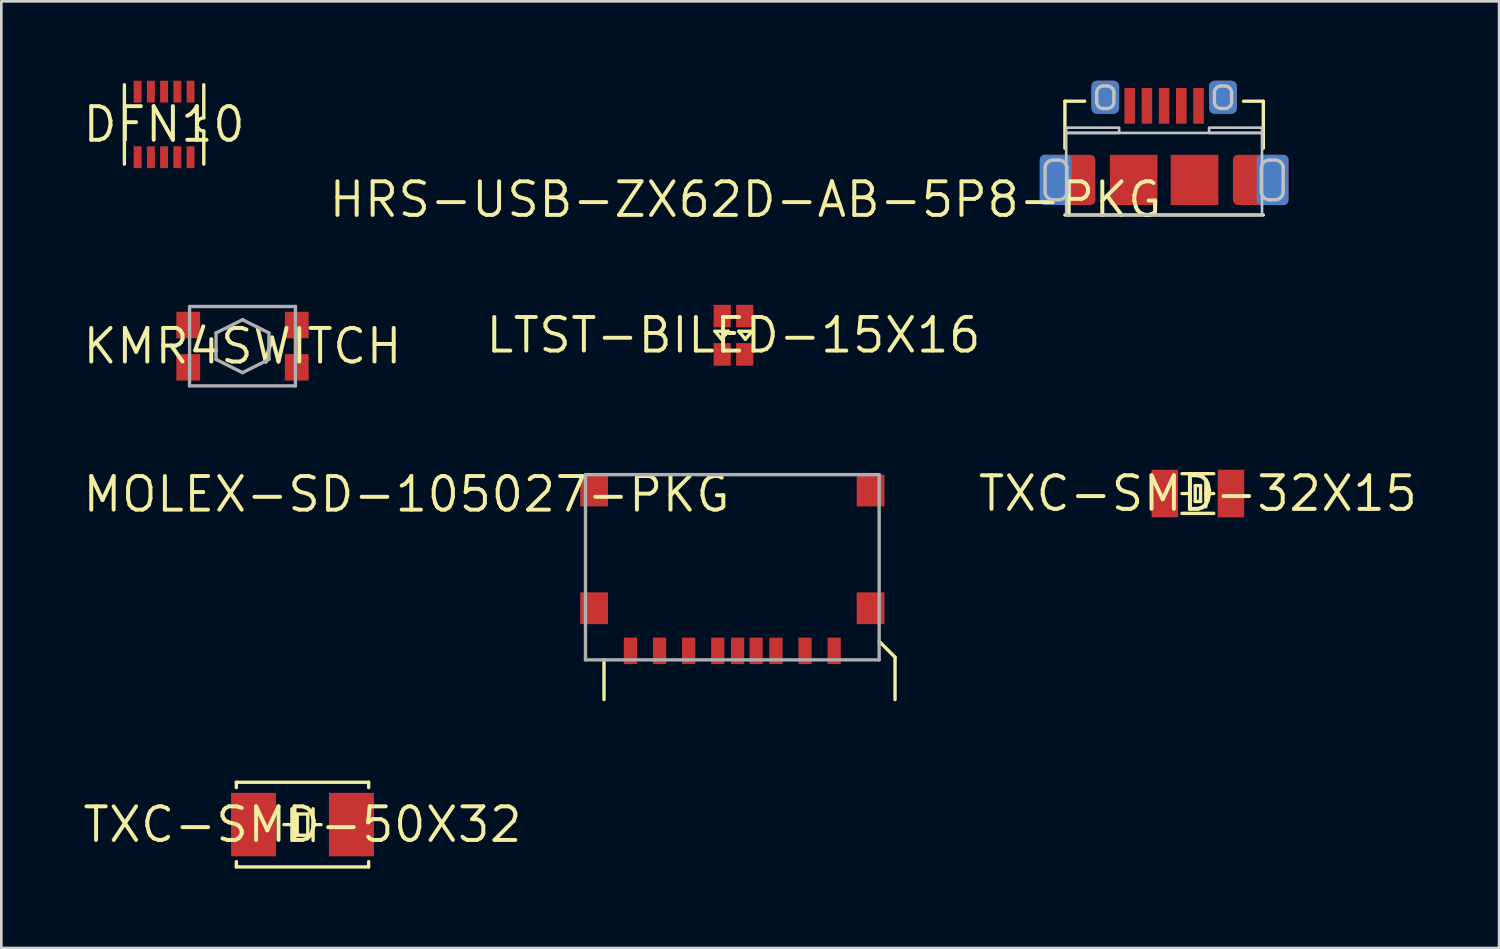
<source format=kicad_pcb>
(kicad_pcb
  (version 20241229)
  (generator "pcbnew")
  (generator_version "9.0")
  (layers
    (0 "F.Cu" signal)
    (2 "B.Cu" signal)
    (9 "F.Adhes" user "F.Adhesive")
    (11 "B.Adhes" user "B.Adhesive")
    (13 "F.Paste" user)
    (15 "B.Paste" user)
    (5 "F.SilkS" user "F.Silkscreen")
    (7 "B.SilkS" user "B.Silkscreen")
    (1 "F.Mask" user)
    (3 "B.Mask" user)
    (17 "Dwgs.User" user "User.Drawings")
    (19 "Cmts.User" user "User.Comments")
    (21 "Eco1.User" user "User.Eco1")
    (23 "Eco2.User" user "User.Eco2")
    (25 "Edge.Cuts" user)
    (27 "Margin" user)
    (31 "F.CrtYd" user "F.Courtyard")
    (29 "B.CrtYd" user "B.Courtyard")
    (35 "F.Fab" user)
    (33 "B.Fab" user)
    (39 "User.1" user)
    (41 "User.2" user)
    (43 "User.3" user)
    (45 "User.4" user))
  (footprint "HRS-USB-ZX62D-AB-5P8-PKG"
    (layer "F.Cu")
    (at 40.948 3.75)
    (property "Reference" "HRS-USB-ZX62D-AB-5P8-PKG" (at 0 0 0) (layer "F.SilkS") (effects (font (size 1.27 1.27) (thickness 0.15)) (justify right top)))
    (attr through_hole)
    (fp_line (start -3.75 -2.975) (end -3 -2.975) (stroke (width 0.127) (type solid)) (layer "F.SilkS"))
    (fp_line (start -3.75 -1.2) (end -3.75 -2.975) (stroke (width 0.127) (type solid)) (layer "F.SilkS"))
    (fp_line (start -3.75 1.325) (end 3.75 1.325) (stroke (width 0.127) (type solid)) (layer "F.SilkS"))
    (fp_line (start 3.75 -2.975) (end 3 -2.975) (stroke (width 0.127) (type solid)) (layer "F.SilkS"))
    (fp_line (start 3.75 -1.2) (end 3.75 -2.975) (stroke (width 0.127) (type solid)) (layer "F.SilkS"))
    (fp_line (start -4.5 -0.45) (end -4.5 0.45) (stroke (width 0.127) (type solid)) (layer "Dwgs.User"))
    (fp_line (start -4.2 0.75) (end -3.975 0.75) (stroke (width 0.127) (type solid)) (layer "Dwgs.User"))
    (fp_line (start -3.975 -0.75) (end -4.2 -0.75) (stroke (width 0.127) (type solid)) (layer "Dwgs.User"))
    (fp_line (start -3.675 0.45) (end -3.675 -0.45) (stroke (width 0.127) (type solid)) (layer "Dwgs.User"))
    (fp_line (start -2.55 -3.3) (end -2.55 -2.95) (stroke (width 0.127) (type solid)) (layer "Dwgs.User"))
    (fp_line (start -2.3 -2.7) (end -2.15 -2.7) (stroke (width 0.127) (type solid)) (layer "Dwgs.User"))
    (fp_line (start -2.15 -3.55) (end -2.3 -3.55) (stroke (width 0.127) (type solid)) (layer "Dwgs.User"))
    (fp_line (start -1.9 -2.95) (end -1.9 -3.3) (stroke (width 0.127) (type solid)) (layer "Dwgs.User"))
    (fp_line (start 1.9 -3.3) (end 1.9 -2.95) (stroke (width 0.127) (type solid)) (layer "Dwgs.User"))
    (fp_line (start 2.15 -2.7) (end 2.3 -2.7) (stroke (width 0.127) (type solid)) (layer "Dwgs.User"))
    (fp_line (start 2.3 -3.55) (end 2.15 -3.55) (stroke (width 0.127) (type solid)) (layer "Dwgs.User"))
    (fp_line (start 2.55 -2.95) (end 2.55 -3.3) (stroke (width 0.127) (type solid)) (layer "Dwgs.User"))
    (fp_line (start 3.675 -0.45) (end 3.675 0.45) (stroke (width 0.127) (type solid)) (layer "Dwgs.User"))
    (fp_line (start 3.975 0.75) (end 4.2 0.75) (stroke (width 0.127) (type solid)) (layer "Dwgs.User"))
    (fp_line (start 4.2 -0.75) (end 3.975 -0.75) (stroke (width 0.127) (type solid)) (layer "Dwgs.User"))
    (fp_line (start 4.5 0.45) (end 4.5 -0.45) (stroke (width 0.127) (type solid)) (layer "Dwgs.User"))
    (fp_arc (start -4.5 -0.45) (mid -4.412132 -0.662132) (end -4.2 -0.75) (stroke (width 0.127) (type solid)) (layer "Dwgs.User"))
    (fp_arc (start -4.2 0.75) (mid -4.412132 0.662132) (end -4.5 0.45) (stroke (width 0.127) (type solid)) (layer "Dwgs.User"))
    (fp_arc (start -3.975 -0.75) (mid -3.762868 -0.662132) (end -3.675 -0.45) (stroke (width 0.127) (type solid)) (layer "Dwgs.User"))
    (fp_arc (start -3.675 0.45) (mid -3.762868 0.662132) (end -3.975 0.75) (stroke (width 0.127) (type solid)) (layer "Dwgs.User"))
    (fp_arc (start -2.55 -3.3) (mid -2.476777 -3.476777) (end -2.3 -3.55) (stroke (width 0.127) (type solid)) (layer "Dwgs.User"))
    (fp_arc (start -2.3 -2.7) (mid -2.476777 -2.773223) (end -2.55 -2.95) (stroke (width 0.127) (type solid)) (layer "Dwgs.User"))
    (fp_arc (start -2.15 -3.55) (mid -1.973223 -3.476777) (end -1.9 -3.3) (stroke (width 0.127) (type solid)) (layer "Dwgs.User"))
    (fp_arc (start -1.9 -2.95) (mid -1.973223 -2.773223) (end -2.15 -2.7) (stroke (width 0.127) (type solid)) (layer "Dwgs.User"))
    (fp_arc (start 1.9 -3.3) (mid 1.973223 -3.476777) (end 2.15 -3.55) (stroke (width 0.127) (type solid)) (layer "Dwgs.User"))
    (fp_arc (start 2.15 -2.7) (mid 1.973223 -2.773223) (end 1.9 -2.95) (stroke (width 0.127) (type solid)) (layer "Dwgs.User"))
    (fp_arc (start 2.3 -3.55) (mid 2.476777 -3.476777) (end 2.55 -3.3) (stroke (width 0.127) (type solid)) (layer "Dwgs.User"))
    (fp_arc (start 2.55 -2.95) (mid 2.476777 -2.773223) (end 2.3 -2.7) (stroke (width 0.127) (type solid)) (layer "Dwgs.User"))
    (fp_arc (start 3.675 -0.45) (mid 3.762868 -0.662132) (end 3.975 -0.75) (stroke (width 0.127) (type solid)) (layer "Dwgs.User"))
    (fp_arc (start 3.975 0.75) (mid 3.762868 0.662132) (end 3.675 0.45) (stroke (width 0.127) (type solid)) (layer "Dwgs.User"))
    (fp_arc (start 4.2 -0.75) (mid 4.412132 -0.662132) (end 4.5 -0.45) (stroke (width 0.127) (type solid)) (layer "Dwgs.User"))
    (fp_arc (start 4.5 0.45) (mid 4.412132 0.662132) (end 4.2 0.75) (stroke (width 0.127) (type solid)) (layer "Dwgs.User"))
    (fp_poly (pts (xy -3.7 -1.775) (xy -1.7 -1.775) (xy -1.7 -1.975) (xy -3.7 -1.975)) (stroke (width 0.1) (type solid)) (fill no) (layer "Dwgs.User"))
    (fp_poly (pts (xy -3.7 1.325) (xy 3.7 1.325) (xy 3.7 -1.775) (xy -3.7 -1.775)) (stroke (width 0.1) (type solid)) (fill no) (layer "Dwgs.User"))
    (fp_poly (pts (xy 1.7 -1.775) (xy 3.7 -1.775) (xy 3.7 -1.975) (xy 1.7 -1.975)) (stroke (width 0.1) (type solid)) (fill no) (layer "Dwgs.User"))
    (pad "P$1" smd rect (at -1.3 -2.8) (size 0.4 1.35) (layers "F.Cu" "F.Mask" "F.Paste"))
    (pad "P$2" smd rect (at -0.65 -2.8) (size 0.4 1.35) (layers "F.Cu" "F.Mask" "F.Paste"))
    (pad "P$3" smd rect (at 0 -2.8) (size 0.4 1.35) (layers "F.Cu" "F.Mask" "F.Paste"))
    (pad "P$4" smd rect (at 0.65 -2.8) (size 0.4 1.35) (layers "F.Cu" "F.Mask" "F.Paste"))
    (pad "P$5" smd rect (at 1.3 -2.8) (size 0.4 1.35) (layers "F.Cu" "F.Mask" "F.Paste"))
    (pad "P$6" smd rect (at -1.15 0) (size 1.8 1.9) (layers "F.Cu" "F.Mask" "F.Paste"))
    (pad "P$7" smd rect (at 1.15 0) (size 1.8 1.9) (layers "F.Cu" "F.Mask" "F.Paste"))
    (pad "P$8" smd roundrect (at -3.65 0) (size 2.1 1.9) (layers "F.Cu" "F.Mask" "F.Paste") (roundrect_rratio 0.1))
    (pad "P$9" smd roundrect (at 3.65 0) (size 2.1 1.9) (layers "F.Cu" "F.Mask" "F.Paste") (roundrect_rratio 0.1))
    (pad "P$10" smd roundrect (at -2.225 -3.125) (size 1.05 1.25) (layers "F.Cu" "F.Mask" "F.Paste") (roundrect_rratio 0.2))
    (pad "P$11" smd roundrect (at 2.225 -3.125) (size 1.05 1.25) (layers "F.Cu" "F.Mask" "F.Paste") (roundrect_rratio 0.2))
    (pad "P$12" smd roundrect (at -2.225 -3.125) (size 1.05 1.25) (layers "B.Cu" "B.Mask" "B.Paste") (roundrect_rratio 0.2))
    (pad "P$13" smd roundrect (at 2.225 -3.125) (size 1.05 1.25) (layers "B.Cu" "B.Mask" "B.Paste") (roundrect_rratio 0.2))
    (pad "P$14" smd roundrect (at 4.1 0) (size 1.2 1.9) (layers "B.Cu" "B.Mask" "B.Paste") (roundrect_rratio 0.155))
    (pad "P$15" smd roundrect (at -4.1 0) (size 1.2 1.9) (layers "B.Cu" "B.Mask" "B.Paste") (roundrect_rratio 0.155)))
  (footprint "KMR4SWITCH"
    (layer "F.Cu")
    (at 6.115 10.034)
    (property "Reference" "KMR4SWITCH" (at 0 0 0) (layer "F.SilkS") (effects (font (size 1.27 1.27) (thickness 0.15))))
    (attr through_hole)
    (fp_line (start -2 -1.5) (end -2 1.5) (stroke (width 0.127) (type solid)) (layer "F.Fab"))
    (fp_line (start -2 1.5) (end 2 1.5) (stroke (width 0.127) (type solid)) (layer "F.Fab"))
    (fp_line (start -1 -0.5) (end -1 0.5) (stroke (width 0.127) (type solid)) (layer "F.Fab"))
    (fp_line (start -1 0.5) (end 0 1) (stroke (width 0.127) (type solid)) (layer "F.Fab"))
    (fp_line (start 0 -1) (end -1 -0.5) (stroke (width 0.127) (type solid)) (layer "F.Fab"))
    (fp_line (start 0 1) (end 1 0.5) (stroke (width 0.127) (type solid)) (layer "F.Fab"))
    (fp_line (start 1 -0.5) (end 0 -1) (stroke (width 0.127) (type solid)) (layer "F.Fab"))
    (fp_line (start 1 0.5) (end 1 -0.5) (stroke (width 0.127) (type solid)) (layer "F.Fab"))
    (fp_line (start 2 -1.5) (end -2 -1.5) (stroke (width 0.127) (type solid)) (layer "F.Fab"))
    (fp_line (start 2 1.5) (end 2 -1.5) (stroke (width 0.127) (type solid)) (layer "F.Fab"))
    (pad "P$1" smd rect (at 2.05 -0.8 90) (size 1 0.9) (layers "F.Cu" "F.Mask" "F.Paste"))
    (pad "P$2" smd rect (at -2.05 -0.8 90) (size 1 0.9) (layers "F.Cu" "F.Mask" "F.Paste"))
    (pad "P$3" smd rect (at -2.05 0.8 90) (size 1 0.9) (layers "F.Cu" "F.Mask" "F.Paste"))
    (pad "P$4" smd rect (at 2.05 0.8 90) (size 1 0.9) (layers "F.Cu" "F.Mask" "F.Paste")))
  (footprint "TXC-SMD-50X32"
    (layer "F.Cu")
    (at 8.383 28.116)
    (property "Reference" "TXC-SMD-50X32" (at 0 0 0) (layer "F.SilkS") (effects (font (size 1.27 1.27) (thickness 0.15))))
    (attr through_hole)
    (fp_line (start -2.5 -1.6) (end -2.5 -1.4) (stroke (width 0.127) (type solid)) (layer "F.SilkS"))
    (fp_line (start -2.5 -1.6) (end 2.5 -1.6) (stroke (width 0.127) (type solid)) (layer "F.SilkS"))
    (fp_line (start -2.5 1.6) (end -2.5 1.4) (stroke (width 0.127) (type solid)) (layer "F.SilkS"))
    (fp_line (start -2.5 1.6) (end 2.5 1.6) (stroke (width 0.127) (type solid)) (layer "F.SilkS"))
    (fp_line (start -0.4 -0.6) (end -0.4 0) (stroke (width 0.127) (type solid)) (layer "F.SilkS"))
    (fp_line (start -0.4 0) (end -0.7 0) (stroke (width 0.127) (type solid)) (layer "F.SilkS"))
    (fp_line (start -0.4 0) (end -0.4 0.6) (stroke (width 0.127) (type solid)) (layer "F.SilkS"))
    (fp_line (start -0.2 -0.4) (end 0.2 -0.4) (stroke (width 0.127) (type solid)) (layer "F.SilkS"))
    (fp_line (start -0.2 0.4) (end -0.2 -0.4) (stroke (width 0.127) (type solid)) (layer "F.SilkS"))
    (fp_line (start 0.2 -0.4) (end 0.2 0.4) (stroke (width 0.127) (type solid)) (layer "F.SilkS"))
    (fp_line (start 0.2 0.4) (end -0.2 0.4) (stroke (width 0.127) (type solid)) (layer "F.SilkS"))
    (fp_line (start 0.4 0) (end 0.4 -0.6) (stroke (width 0.127) (type solid)) (layer "F.SilkS"))
    (fp_line (start 0.4 0) (end 0.7 0) (stroke (width 0.127) (type solid)) (layer "F.SilkS"))
    (fp_line (start 0.4 0.6) (end 0.4 0) (stroke (width 0.127) (type solid)) (layer "F.SilkS"))
    (fp_line (start 2.5 -1.6) (end 2.5 -1.4) (stroke (width 0.127) (type solid)) (layer "F.SilkS"))
    (fp_line (start 2.5 1.6) (end 2.5 1.4) (stroke (width 0.127) (type solid)) (layer "F.SilkS"))
    (pad "P$1" smd rect (at -1.85 0) (size 1.7 2.4) (layers "F.Cu" "F.Mask" "F.Paste"))
    (pad "P$2" smd rect (at 1.85 0) (size 1.7 2.4) (layers "F.Cu" "F.Mask" "F.Paste")))
  (footprint "DFN10"
    (layer "F.Cu")
    (at 3.152 1.653)
    (property "Reference" "DFN10" (at 0 0 0) (layer "F.SilkS") (effects (font (size 1.27 1.27) (thickness 0.15))))
    (attr through_hole)
    (fp_line (start -1.5 -1.5) (end -1.5 1.5) (stroke (width 0.127) (type solid)) (layer "F.SilkS"))
    (fp_line (start 1.5 -0.25) (end 1.5 -1.5) (stroke (width 0.127) (type solid)) (layer "F.SilkS"))
    (fp_line (start 1.5 1.5) (end 1.5 0.25) (stroke (width 0.127) (type solid)) (layer "F.SilkS"))
    (fp_arc (start 1.5 0.25) (mid 1.25 0) (end 1.5 -0.25) (stroke (width 0.127) (type solid)) (layer "F.SilkS"))
    (pad "P$1" smd rect (at 1 -1.24) (size 0.3 0.825) (layers "F.Cu" "F.Mask" "F.Paste"))
    (pad "P$2" smd rect (at 0.5 -1.24) (size 0.3 0.825) (layers "F.Cu" "F.Mask" "F.Paste"))
    (pad "P$3" smd rect (at 0 -1.24) (size 0.3 0.825) (layers "F.Cu" "F.Mask" "F.Paste"))
    (pad "P$4" smd rect (at -0.5 -1.24) (size 0.3 0.825) (layers "F.Cu" "F.Mask" "F.Paste"))
    (pad "P$5" smd rect (at -1 -1.24) (size 0.3 0.825) (layers "F.Cu" "F.Mask" "F.Paste"))
    (pad "P$6" smd rect (at -1 1.24) (size 0.3 0.825) (layers "F.Cu" "F.Mask" "F.Paste"))
    (pad "P$7" smd rect (at -0.5 1.24) (size 0.3 0.825) (layers "F.Cu" "F.Mask" "F.Paste"))
    (pad "P$8" smd rect (at 0 1.24) (size 0.3 0.825) (layers "F.Cu" "F.Mask" "F.Paste"))
    (pad "P$9" smd rect (at 0.5 1.24) (size 0.3 0.825) (layers "F.Cu" "F.Mask" "F.Paste"))
    (pad "P$10" smd rect (at 1 1.24) (size 0.3 0.825) (layers "F.Cu" "F.Mask" "F.Paste")))
  (footprint "LTST-BILED-15X16"
    (layer "F.Cu")
    (at 24.672 9.62)
    (property "Reference" "LTST-BILED-15X16" (at 0 0 0) (layer "F.SilkS") (effects (font (size 1.27 1.27) (thickness 0.15))))
    (attr through_hole)
    (fp_line (start -0.7 -0.15) (end -0.2 -0.15) (stroke (width 0.127) (type solid)) (layer "F.SilkS"))
    (fp_line (start -0.45 0.15) (end -0.7 -0.15) (stroke (width 0.127) (type solid)) (layer "F.SilkS"))
    (fp_line (start -0.2 -0.15) (end -0.45 0.15) (stroke (width 0.127) (type solid)) (layer "F.SilkS"))
    (fp_line (start 0.2 -0.15) (end 0.7 -0.15) (stroke (width 0.127) (type solid)) (layer "F.SilkS"))
    (fp_line (start 0.45 0.15) (end 0.2 -0.15) (stroke (width 0.127) (type solid)) (layer "F.SilkS"))
    (fp_line (start 0.7 -0.15) (end 0.45 0.15) (stroke (width 0.127) (type solid)) (layer "F.SilkS"))
    (pad "P$1" smd rect (at 0.425 -0.725) (size 0.65 0.85) (layers "F.Cu" "F.Mask" "F.Paste"))
    (pad "P$2" smd rect (at -0.425 -0.725) (size 0.65 0.85) (layers "F.Cu" "F.Mask" "F.Paste"))
    (pad "P$3" smd rect (at 0.425 0.725) (size 0.65 0.85) (layers "F.Cu" "F.Mask" "F.Paste"))
    (pad "P$4" smd rect (at -0.425 0.725) (size 0.65 0.85) (layers "F.Cu" "F.Mask" "F.Paste")))
  (footprint "TXC-SMD-32X15"
    (layer "F.Cu")
    (at 42.225 15.603)
    (property "Reference" "TXC-SMD-32X15" (at 0 0 0) (layer "F.SilkS") (effects (font (size 1.27 1.27) (thickness 0.15))))
    (attr through_hole)
    (fp_line (start -0.6 -0.75) (end 0.6 -0.75) (stroke (width 0.127) (type solid)) (layer "F.SilkS"))
    (fp_line (start -0.6 0.75) (end 0.6 0.75) (stroke (width 0.127) (type solid)) (layer "F.SilkS"))
    (fp_line (start -0.3 -0.5) (end -0.3 0) (stroke (width 0.127) (type solid)) (layer "F.SilkS"))
    (fp_line (start -0.3 0) (end -0.6 0) (stroke (width 0.127) (type solid)) (layer "F.SilkS"))
    (fp_line (start -0.3 0) (end -0.3 0.5) (stroke (width 0.127) (type solid)) (layer "F.SilkS"))
    (fp_line (start -0.1 -0.3) (end -0.1 0.3) (stroke (width 0.127) (type solid)) (layer "F.SilkS"))
    (fp_line (start -0.1 0.3) (end 0.1 0.3) (stroke (width 0.127) (type solid)) (layer "F.SilkS"))
    (fp_line (start 0.1 -0.3) (end -0.1 -0.3) (stroke (width 0.127) (type solid)) (layer "F.SilkS"))
    (fp_line (start 0.1 0.3) (end 0.1 -0.3) (stroke (width 0.127) (type solid)) (layer "F.SilkS"))
    (fp_line (start 0.3 0) (end 0.3 -0.5) (stroke (width 0.127) (type solid)) (layer "F.SilkS"))
    (fp_line (start 0.3 0) (end 0.6 0) (stroke (width 0.127) (type solid)) (layer "F.SilkS"))
    (fp_line (start 0.3 0.5) (end 0.3 0) (stroke (width 0.127) (type solid)) (layer "F.SilkS"))
    (pad "P$1" smd rect (at -1.25 0) (size 1 1.8) (layers "F.Cu" "F.Mask" "F.Paste"))
    (pad "P$2" smd rect (at 1.25 0) (size 1 1.8) (layers "F.Cu" "F.Mask" "F.Paste")))
  (footprint "MOLEX-SD-105027-PKG"
    (layer "F.Cu")
    (at 24.628 14.889)
    (property "Reference" "MOLEX-SD-105027-PKG" (at 0 0 0) (layer "F.SilkS") (effects (font (size 1.27 1.27) (thickness 0.15)) (justify right top)))
    (attr through_hole)
    (fp_line (start -4.85 7) (end -4.85 8.5) (stroke (width 0.127) (type solid)) (layer "F.SilkS"))
    (fp_line (start 5.55 6.3) (end 6.15 6.9) (stroke (width 0.127) (type solid)) (layer "F.SilkS"))
    (fp_line (start 6.15 6.9) (end 6.15 8.5) (stroke (width 0.127) (type solid)) (layer "F.SilkS"))
    (fp_line (start -5.55 0) (end -5.55 7) (stroke (width 0.127) (type solid)) (layer "F.Fab"))
    (fp_line (start -5.55 7) (end 5.55 7) (stroke (width 0.127) (type solid)) (layer "F.Fab"))
    (fp_line (start 5.55 0) (end -5.55 0) (stroke (width 0.127) (type solid)) (layer "F.Fab"))
    (fp_line (start 5.55 7) (end 5.55 0) (stroke (width 0.127) (type solid)) (layer "F.Fab"))
    (pad "G$1" smd rect (at 0.2 6.66) (size 0.5 1) (layers "F.Cu" "F.Mask" "F.Paste"))
    (pad "M$1" smd rect (at 5.225 0.6) (size 1.05 1.2) (layers "F.Cu" "F.Mask" "F.Paste"))
    (pad "M$2" smd rect (at 5.225 5.05) (size 1.05 1.2) (layers "F.Cu" "F.Mask" "F.Paste"))
    (pad "M$3" smd rect (at -5.225 0.6) (size 1.05 1.2) (layers "F.Cu" "F.Mask" "F.Paste"))
    (pad "M$4" smd rect (at -5.225 5.05) (size 1.05 1.2) (layers "F.Cu" "F.Mask" "F.Paste"))
    (pad "P$1" smd rect (at 3.85 6.66) (size 0.5 1) (layers "F.Cu" "F.Mask" "F.Paste"))
    (pad "P$2" smd rect (at 2.75 6.66) (size 0.5 1) (layers "F.Cu" "F.Mask" "F.Paste"))
    (pad "P$3" smd rect (at 1.65 6.66) (size 0.5 1) (layers "F.Cu" "F.Mask" "F.Paste"))
    (pad "P$4" smd rect (at 0.9 6.66) (size 0.5 1) (layers "F.Cu" "F.Mask" "F.Paste"))
    (pad "P$5" smd rect (at -0.55 6.66) (size 0.5 1) (layers "F.Cu" "F.Mask" "F.Paste"))
    (pad "P$6" smd rect (at -1.65 6.66) (size 0.5 1) (layers "F.Cu" "F.Mask" "F.Paste"))
    (pad "P$7" smd rect (at -2.75 6.66) (size 0.5 1) (layers "F.Cu" "F.Mask" "F.Paste"))
    (pad "P$8" smd rect (at -3.85 6.66) (size 0.5 1) (layers "F.Cu" "F.Mask" "F.Paste")))
  (gr_rect
    (start -3 -3)
    (end 53.608 32.78)
    (stroke (width 0.1) (type default))
    (fill no)
    (layer "Edge.Cuts")))
</source>
